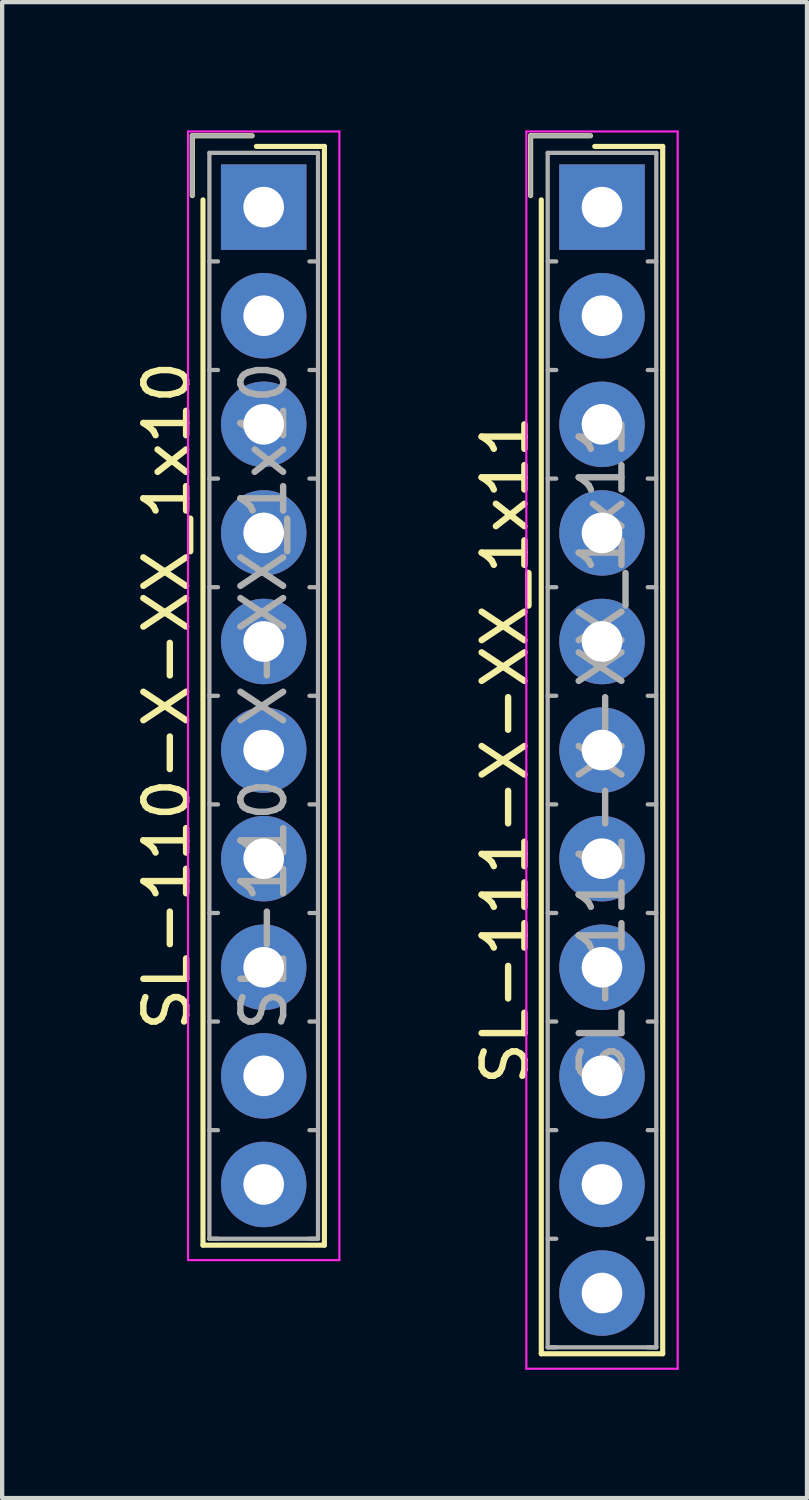
<source format=kicad_pcb>
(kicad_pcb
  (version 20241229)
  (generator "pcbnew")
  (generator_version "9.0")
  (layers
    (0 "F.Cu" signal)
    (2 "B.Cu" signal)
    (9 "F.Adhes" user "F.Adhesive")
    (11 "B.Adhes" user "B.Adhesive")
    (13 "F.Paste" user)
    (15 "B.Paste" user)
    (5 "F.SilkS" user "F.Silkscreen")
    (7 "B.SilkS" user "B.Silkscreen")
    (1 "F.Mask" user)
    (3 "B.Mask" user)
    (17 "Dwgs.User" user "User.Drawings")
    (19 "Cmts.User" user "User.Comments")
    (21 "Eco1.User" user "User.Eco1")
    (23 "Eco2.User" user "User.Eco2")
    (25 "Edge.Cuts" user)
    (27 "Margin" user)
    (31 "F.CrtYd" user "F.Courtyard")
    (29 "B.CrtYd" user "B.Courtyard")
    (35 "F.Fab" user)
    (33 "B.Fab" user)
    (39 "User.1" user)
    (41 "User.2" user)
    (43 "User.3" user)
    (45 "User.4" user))
  (footprint "SL-110-X-XX_1x10"
    (layer "F.Cu")
    (at 3.118 1.795)
    (property "Reference" "SL-110-X-XX_1x10" (at -2.27 11.43 90) (layer "F.SilkS") (effects (font (size 1 1) (thickness 0.15))))
    (attr through_hole)
    (fp_line (start -1.67 -1.67) (end -1.67 -0.27) (stroke (width 0.12) (type solid)) (layer "F.SilkS"))
    (fp_line (start -1.42 24.28) (end -1.42 -0.17) (stroke (width 0.12) (type solid)) (layer "F.SilkS"))
    (fp_line (start -0.27 -1.67) (end -1.67 -1.67) (stroke (width 0.12) (type solid)) (layer "F.SilkS"))
    (fp_line (start -0.17 -1.42) (end 1.42 -1.42) (stroke (width 0.12) (type solid)) (layer "F.SilkS"))
    (fp_line (start 1.42 -1.42) (end 1.42 24.28) (stroke (width 0.12) (type solid)) (layer "F.SilkS"))
    (fp_line (start 1.42 24.28) (end -1.42 24.28) (stroke (width 0.12) (type solid)) (layer "F.SilkS"))
    (fp_line (start -1.77 -1.77) (end -1.77 24.63) (stroke (width 0.05) (type solid)) (layer "F.CrtYd"))
    (fp_line (start -1.77 24.63) (end 1.77 24.63) (stroke (width 0.05) (type solid)) (layer "F.CrtYd"))
    (fp_line (start 1.77 -1.77) (end -1.77 -1.77) (stroke (width 0.05) (type solid)) (layer "F.CrtYd"))
    (fp_line (start 1.77 24.63) (end 1.77 -1.77) (stroke (width 0.05) (type solid)) (layer "F.CrtYd"))
    (fp_line (start -1.67 -1.67) (end -1.67 -0.27) (stroke (width 0.1) (type solid)) (layer "F.Fab"))
    (fp_line (start -1.27 -1.27) (end -1.27 24.13) (stroke (width 0.1) (type solid)) (layer "F.Fab"))
    (fp_line (start -1.27 1.27) (end -1.07 1.27) (stroke (width 0.1) (type solid)) (layer "F.Fab"))
    (fp_line (start -1.27 3.81) (end -1.07 3.81) (stroke (width 0.1) (type solid)) (layer "F.Fab"))
    (fp_line (start -1.27 6.35) (end -1.07 6.35) (stroke (width 0.1) (type solid)) (layer "F.Fab"))
    (fp_line (start -1.27 8.89) (end -1.07 8.89) (stroke (width 0.1) (type solid)) (layer "F.Fab"))
    (fp_line (start -1.27 11.43) (end -1.07 11.43) (stroke (width 0.1) (type solid)) (layer "F.Fab"))
    (fp_line (start -1.27 13.97) (end -1.07 13.97) (stroke (width 0.1) (type solid)) (layer "F.Fab"))
    (fp_line (start -1.27 16.51) (end -1.07 16.51) (stroke (width 0.1) (type solid)) (layer "F.Fab"))
    (fp_line (start -1.27 19.05) (end -1.07 19.05) (stroke (width 0.1) (type solid)) (layer "F.Fab"))
    (fp_line (start -1.27 21.59) (end -1.07 21.59) (stroke (width 0.1) (type solid)) (layer "F.Fab"))
    (fp_line (start -1.27 24.13) (end -1.07 24.13) (stroke (width 0.1) (type solid)) (layer "F.Fab"))
    (fp_line (start -1.27 24.13) (end 1.27 24.13) (stroke (width 0.1) (type solid)) (layer "F.Fab"))
    (fp_line (start -0.27 -1.67) (end -1.67 -1.67) (stroke (width 0.1) (type solid)) (layer "F.Fab"))
    (fp_line (start 1.27 -1.27) (end -1.27 -1.27) (stroke (width 0.1) (type solid)) (layer "F.Fab"))
    (fp_line (start 1.27 1.27) (end 1.07 1.27) (stroke (width 0.1) (type solid)) (layer "F.Fab"))
    (fp_line (start 1.27 3.81) (end 1.07 3.81) (stroke (width 0.1) (type solid)) (layer "F.Fab"))
    (fp_line (start 1.27 6.35) (end 1.07 6.35) (stroke (width 0.1) (type solid)) (layer "F.Fab"))
    (fp_line (start 1.27 8.89) (end 1.07 8.89) (stroke (width 0.1) (type solid)) (layer "F.Fab"))
    (fp_line (start 1.27 11.43) (end 1.07 11.43) (stroke (width 0.1) (type solid)) (layer "F.Fab"))
    (fp_line (start 1.27 13.97) (end 1.07 13.97) (stroke (width 0.1) (type solid)) (layer "F.Fab"))
    (fp_line (start 1.27 16.51) (end 1.07 16.51) (stroke (width 0.1) (type solid)) (layer "F.Fab"))
    (fp_line (start 1.27 19.05) (end 1.07 19.05) (stroke (width 0.1) (type solid)) (layer "F.Fab"))
    (fp_line (start 1.27 21.59) (end 1.07 21.59) (stroke (width 0.1) (type solid)) (layer "F.Fab"))
    (fp_line (start 1.27 24.13) (end 1.07 24.13) (stroke (width 0.1) (type solid)) (layer "F.Fab"))
    (fp_line (start 1.27 24.13) (end 1.27 -1.27) (stroke (width 0.1) (type solid)) (layer "F.Fab"))
    (fp_text user "${REFERENCE}" (at 0 11.43 90) (layer "F.Fab") (effects (font (size 1 1) (thickness 0.15))))
    (pad "1" thru_hole rect (at 0 0) (size 2 2) (drill 0.95) (layers "*.Cu" "*.Mask"))
    (pad "2" thru_hole circle (at 0 2.54) (size 2 2) (drill 0.95) (layers "*.Cu" "*.Mask"))
    (pad "3" thru_hole circle (at 0 5.08) (size 2 2) (drill 0.95) (layers "*.Cu" "*.Mask"))
    (pad "4" thru_hole circle (at 0 7.62) (size 2 2) (drill 0.95) (layers "*.Cu" "*.Mask"))
    (pad "5" thru_hole circle (at 0 10.16) (size 2 2) (drill 0.95) (layers "*.Cu" "*.Mask"))
    (pad "6" thru_hole circle (at 0 12.7) (size 2 2) (drill 0.95) (layers "*.Cu" "*.Mask"))
    (pad "7" thru_hole circle (at 0 15.24) (size 2 2) (drill 0.95) (layers "*.Cu" "*.Mask"))
    (pad "8" thru_hole circle (at 0 17.78) (size 2 2) (drill 0.95) (layers "*.Cu" "*.Mask"))
    (pad "9" thru_hole circle (at 0 20.32) (size 2 2) (drill 0.95) (layers "*.Cu" "*.Mask"))
    (pad "10" thru_hole circle (at 0 22.86) (size 2 2) (drill 0.95) (layers "*.Cu" "*.Mask")))
  (footprint "SL-111-X-XX_1x11"
    (layer "F.Cu")
    (at 11.031 1.795)
    (property "Reference" "SL-111-X-XX_1x11" (at -2.27 12.7 90) (layer "F.SilkS") (effects (font (size 1 1) (thickness 0.15))))
    (attr through_hole)
    (fp_line (start -1.67 -1.67) (end -1.67 -0.27) (stroke (width 0.12) (type solid)) (layer "F.SilkS"))
    (fp_line (start -1.42 26.82) (end -1.42 -0.17) (stroke (width 0.12) (type solid)) (layer "F.SilkS"))
    (fp_line (start -0.27 -1.67) (end -1.67 -1.67) (stroke (width 0.12) (type solid)) (layer "F.SilkS"))
    (fp_line (start -0.17 -1.42) (end 1.42 -1.42) (stroke (width 0.12) (type solid)) (layer "F.SilkS"))
    (fp_line (start 1.42 -1.42) (end 1.42 26.82) (stroke (width 0.12) (type solid)) (layer "F.SilkS"))
    (fp_line (start 1.42 26.82) (end -1.42 26.82) (stroke (width 0.12) (type solid)) (layer "F.SilkS"))
    (fp_line (start -1.77 -1.77) (end -1.77 27.17) (stroke (width 0.05) (type solid)) (layer "F.CrtYd"))
    (fp_line (start -1.77 27.17) (end 1.77 27.17) (stroke (width 0.05) (type solid)) (layer "F.CrtYd"))
    (fp_line (start 1.77 -1.77) (end -1.77 -1.77) (stroke (width 0.05) (type solid)) (layer "F.CrtYd"))
    (fp_line (start 1.77 27.17) (end 1.77 -1.77) (stroke (width 0.05) (type solid)) (layer "F.CrtYd"))
    (fp_line (start -1.67 -1.67) (end -1.67 -0.27) (stroke (width 0.1) (type solid)) (layer "F.Fab"))
    (fp_line (start -1.27 -1.27) (end -1.27 26.67) (stroke (width 0.1) (type solid)) (layer "F.Fab"))
    (fp_line (start -1.27 1.27) (end -1.07 1.27) (stroke (width 0.1) (type solid)) (layer "F.Fab"))
    (fp_line (start -1.27 3.81) (end -1.07 3.81) (stroke (width 0.1) (type solid)) (layer "F.Fab"))
    (fp_line (start -1.27 6.35) (end -1.07 6.35) (stroke (width 0.1) (type solid)) (layer "F.Fab"))
    (fp_line (start -1.27 8.89) (end -1.07 8.89) (stroke (width 0.1) (type solid)) (layer "F.Fab"))
    (fp_line (start -1.27 11.43) (end -1.07 11.43) (stroke (width 0.1) (type solid)) (layer "F.Fab"))
    (fp_line (start -1.27 13.97) (end -1.07 13.97) (stroke (width 0.1) (type solid)) (layer "F.Fab"))
    (fp_line (start -1.27 16.51) (end -1.07 16.51) (stroke (width 0.1) (type solid)) (layer "F.Fab"))
    (fp_line (start -1.27 19.05) (end -1.07 19.05) (stroke (width 0.1) (type solid)) (layer "F.Fab"))
    (fp_line (start -1.27 21.59) (end -1.07 21.59) (stroke (width 0.1) (type solid)) (layer "F.Fab"))
    (fp_line (start -1.27 24.13) (end -1.07 24.13) (stroke (width 0.1) (type solid)) (layer "F.Fab"))
    (fp_line (start -1.27 26.67) (end -1.07 26.67) (stroke (width 0.1) (type solid)) (layer "F.Fab"))
    (fp_line (start -1.27 26.67) (end 1.27 26.67) (stroke (width 0.1) (type solid)) (layer "F.Fab"))
    (fp_line (start -0.27 -1.67) (end -1.67 -1.67) (stroke (width 0.1) (type solid)) (layer "F.Fab"))
    (fp_line (start 1.27 -1.27) (end -1.27 -1.27) (stroke (width 0.1) (type solid)) (layer "F.Fab"))
    (fp_line (start 1.27 1.27) (end 1.07 1.27) (stroke (width 0.1) (type solid)) (layer "F.Fab"))
    (fp_line (start 1.27 3.81) (end 1.07 3.81) (stroke (width 0.1) (type solid)) (layer "F.Fab"))
    (fp_line (start 1.27 6.35) (end 1.07 6.35) (stroke (width 0.1) (type solid)) (layer "F.Fab"))
    (fp_line (start 1.27 8.89) (end 1.07 8.89) (stroke (width 0.1) (type solid)) (layer "F.Fab"))
    (fp_line (start 1.27 11.43) (end 1.07 11.43) (stroke (width 0.1) (type solid)) (layer "F.Fab"))
    (fp_line (start 1.27 13.97) (end 1.07 13.97) (stroke (width 0.1) (type solid)) (layer "F.Fab"))
    (fp_line (start 1.27 16.51) (end 1.07 16.51) (stroke (width 0.1) (type solid)) (layer "F.Fab"))
    (fp_line (start 1.27 19.05) (end 1.07 19.05) (stroke (width 0.1) (type solid)) (layer "F.Fab"))
    (fp_line (start 1.27 21.59) (end 1.07 21.59) (stroke (width 0.1) (type solid)) (layer "F.Fab"))
    (fp_line (start 1.27 24.13) (end 1.07 24.13) (stroke (width 0.1) (type solid)) (layer "F.Fab"))
    (fp_line (start 1.27 26.67) (end 1.07 26.67) (stroke (width 0.1) (type solid)) (layer "F.Fab"))
    (fp_line (start 1.27 26.67) (end 1.27 -1.27) (stroke (width 0.1) (type solid)) (layer "F.Fab"))
    (fp_text user "${REFERENCE}" (at 0 12.7 90) (layer "F.Fab") (effects (font (size 1 1) (thickness 0.15))))
    (pad "1" thru_hole rect (at 0 0) (size 2 2) (drill 0.95) (layers "*.Cu" "*.Mask"))
    (pad "2" thru_hole circle (at 0 2.54) (size 2 2) (drill 0.95) (layers "*.Cu" "*.Mask"))
    (pad "3" thru_hole circle (at 0 5.08) (size 2 2) (drill 0.95) (layers "*.Cu" "*.Mask"))
    (pad "4" thru_hole circle (at 0 7.62) (size 2 2) (drill 0.95) (layers "*.Cu" "*.Mask"))
    (pad "5" thru_hole circle (at 0 10.16) (size 2 2) (drill 0.95) (layers "*.Cu" "*.Mask"))
    (pad "6" thru_hole circle (at 0 12.7) (size 2 2) (drill 0.95) (layers "*.Cu" "*.Mask"))
    (pad "7" thru_hole circle (at 0 15.24) (size 2 2) (drill 0.95) (layers "*.Cu" "*.Mask"))
    (pad "8" thru_hole circle (at 0 17.78) (size 2 2) (drill 0.95) (layers "*.Cu" "*.Mask"))
    (pad "9" thru_hole circle (at 0 20.32) (size 2 2) (drill 0.95) (layers "*.Cu" "*.Mask"))
    (pad "10" thru_hole circle (at 0 22.86) (size 2 2) (drill 0.95) (layers "*.Cu" "*.Mask"))
    (pad "11" thru_hole circle (at 0 25.4) (size 2 2) (drill 0.95) (layers "*.Cu" "*.Mask")))
  (gr_rect
    (start -3 -3)
    (end 15.826 31.99)
    (stroke (width 0.1) (type default))
    (fill no)
    (layer "Edge.Cuts")))
</source>
